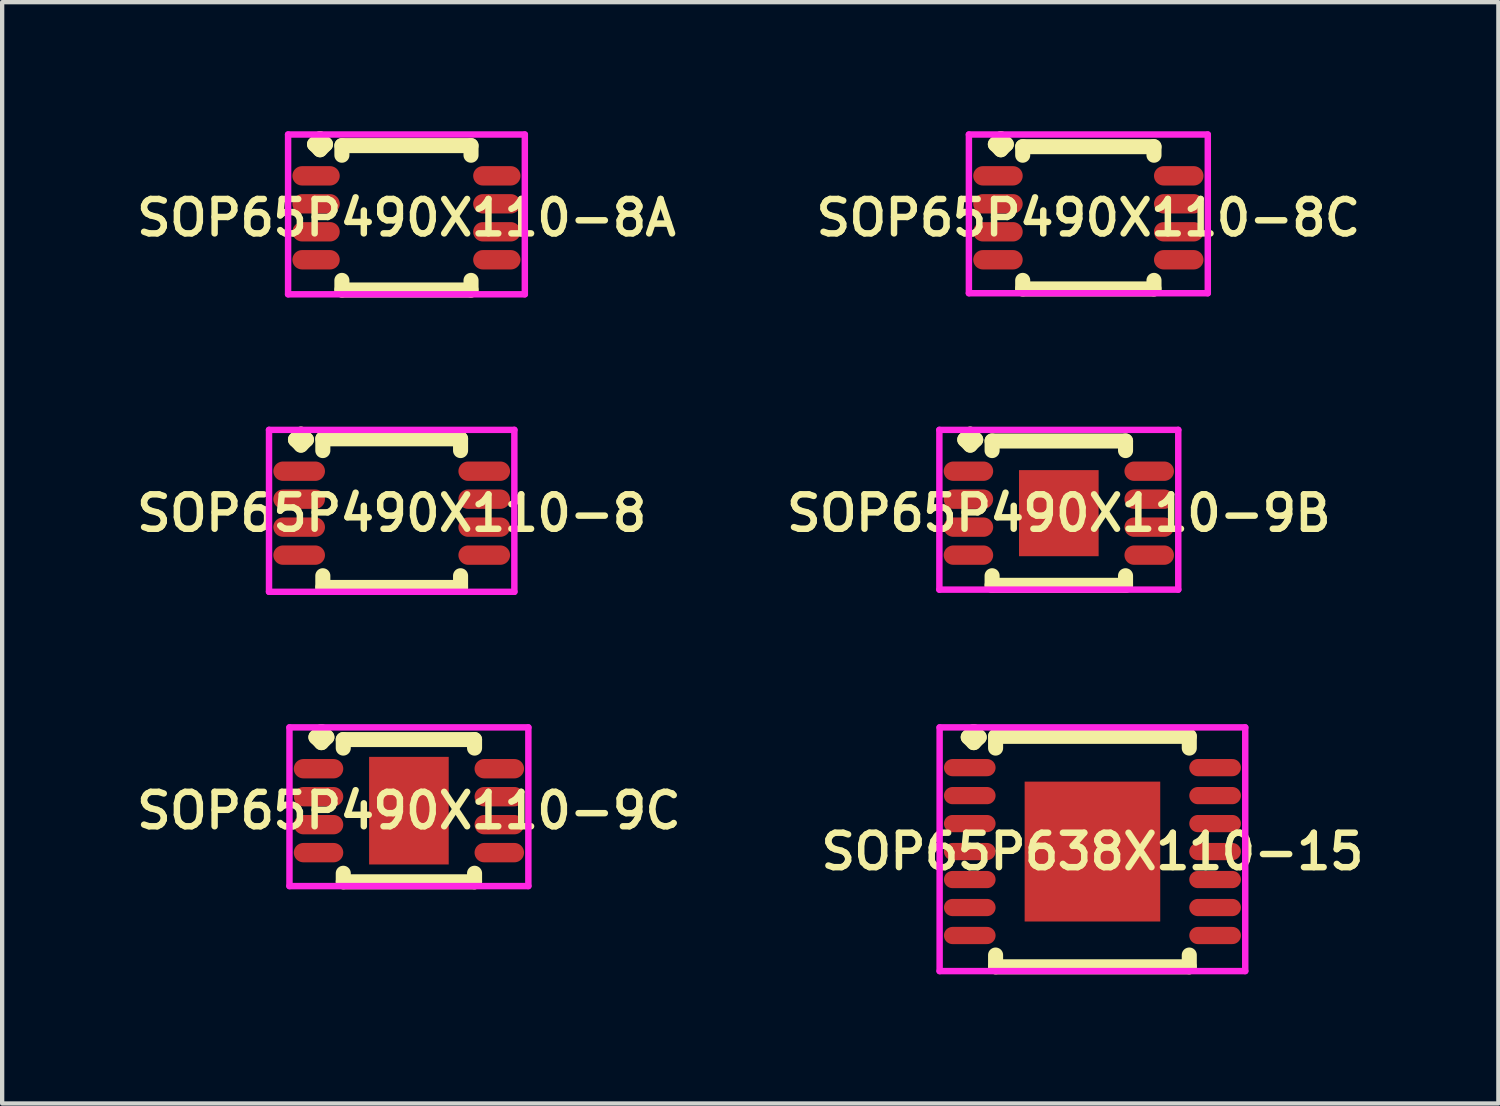
<source format=kicad_pcb>
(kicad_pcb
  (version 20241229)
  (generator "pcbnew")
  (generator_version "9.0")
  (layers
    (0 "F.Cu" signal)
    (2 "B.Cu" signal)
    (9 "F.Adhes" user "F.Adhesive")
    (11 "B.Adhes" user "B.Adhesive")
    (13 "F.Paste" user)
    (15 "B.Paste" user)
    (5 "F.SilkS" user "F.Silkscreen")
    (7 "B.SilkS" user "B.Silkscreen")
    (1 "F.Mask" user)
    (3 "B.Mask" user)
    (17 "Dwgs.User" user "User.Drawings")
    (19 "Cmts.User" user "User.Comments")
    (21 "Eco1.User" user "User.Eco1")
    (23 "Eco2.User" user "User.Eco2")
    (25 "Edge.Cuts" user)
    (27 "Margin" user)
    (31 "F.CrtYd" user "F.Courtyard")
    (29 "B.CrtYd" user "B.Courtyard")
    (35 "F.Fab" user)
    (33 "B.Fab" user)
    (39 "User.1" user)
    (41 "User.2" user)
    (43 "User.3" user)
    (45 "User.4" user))
  (footprint "SOP65P638X110-15"
    (layer "F.Cu")
    (at 22.33 16.734)
    (property "Reference" "SOP65P638X110-15" (at 0 0 0) (layer "F.SilkS") (effects (font (size 0.8 0.8) (thickness 0.15))))
    (attr smd)
    (fp_line (start -2.885 -2.658) (end -2.758 -2.785) (stroke (width 0.35) (type solid)) (layer "F.SilkS"))
    (fp_line (start -2.758 -2.785) (end -2.631 -2.658) (stroke (width 0.35) (type solid)) (layer "F.SilkS"))
    (fp_line (start -2.758 -2.531) (end -2.885 -2.658) (stroke (width 0.35) (type solid)) (layer "F.SilkS"))
    (fp_line (start -2.631 -2.658) (end -2.758 -2.531) (stroke (width 0.35) (type solid)) (layer "F.SilkS"))
    (fp_line (start -2.25 -2.677) (end 2.25 -2.677) (stroke (width 0.35) (type solid)) (layer "F.SilkS"))
    (fp_line (start -2.25 -2.404) (end -2.25 -2.677) (stroke (width 0.35) (type solid)) (layer "F.SilkS"))
    (fp_line (start -2.25 2.404) (end -2.25 2.677) (stroke (width 0.35) (type solid)) (layer "F.SilkS"))
    (fp_line (start -2.25 2.677) (end 2.25 2.677) (stroke (width 0.35) (type solid)) (layer "F.SilkS"))
    (fp_line (start 2.25 -2.677) (end 2.25 -2.404) (stroke (width 0.35) (type solid)) (layer "F.SilkS"))
    (fp_line (start 2.25 2.677) (end 2.25 2.404) (stroke (width 0.35) (type solid)) (layer "F.SilkS"))
    (fp_line (start -3.55 -2.885) (end 3.55 -2.885) (stroke (width 0.15) (type solid)) (layer "F.CrtYd"))
    (fp_line (start -3.55 2.777) (end -3.55 -2.885) (stroke (width 0.15) (type solid)) (layer "F.CrtYd"))
    (fp_line (start 3.55 -2.885) (end 3.55 2.777) (stroke (width 0.15) (type solid)) (layer "F.CrtYd"))
    (fp_line (start 3.55 2.777) (end -3.55 2.777) (stroke (width 0.15) (type solid)) (layer "F.CrtYd"))
    (pad "1" smd oval (at -2.85 -1.95) (size 1.2 0.4) (layers "F.Cu" "F.Mask" "F.Paste"))
    (pad "2" smd oval (at -2.85 -1.3) (size 1.2 0.4) (layers "F.Cu" "F.Mask" "F.Paste"))
    (pad "3" smd oval (at -2.85 -0.65) (size 1.2 0.4) (layers "F.Cu" "F.Mask" "F.Paste"))
    (pad "4" smd oval (at -2.85 0) (size 1.2 0.4) (layers "F.Cu" "F.Mask" "F.Paste"))
    (pad "5" smd oval (at -2.85 0.65) (size 1.2 0.4) (layers "F.Cu" "F.Mask" "F.Paste"))
    (pad "6" smd oval (at -2.85 1.3) (size 1.2 0.4) (layers "F.Cu" "F.Mask" "F.Paste"))
    (pad "7" smd oval (at -2.85 1.95) (size 1.2 0.4) (layers "F.Cu" "F.Mask" "F.Paste"))
    (pad "8" smd oval (at 2.85 1.95) (size 1.2 0.4) (layers "F.Cu" "F.Mask" "F.Paste"))
    (pad "9" smd oval (at 2.85 1.3) (size 1.2 0.4) (layers "F.Cu" "F.Mask" "F.Paste"))
    (pad "10" smd oval (at 2.85 0.65) (size 1.2 0.4) (layers "F.Cu" "F.Mask" "F.Paste"))
    (pad "11" smd oval (at 2.85 0) (size 1.2 0.4) (layers "F.Cu" "F.Mask" "F.Paste"))
    (pad "12" smd oval (at 2.85 -0.65) (size 1.2 0.4) (layers "F.Cu" "F.Mask" "F.Paste"))
    (pad "13" smd oval (at 2.85 -1.3) (size 1.2 0.4) (layers "F.Cu" "F.Mask" "F.Paste"))
    (pad "14" smd oval (at 2.85 -1.95) (size 1.2 0.4) (layers "F.Cu" "F.Mask" "F.Paste"))
    (pad "15" smd rect (at 0 0) (size 3.15 3.25) (layers "F.Cu" "F.Mask" "F.Paste")))
  (footprint "SOP65P490X110-8A"
    (layer "F.Cu")
    (at 6.393 2.01)
    (property "Reference" "SOP65P490X110-8A" (at 0 0 0) (layer "F.SilkS") (effects (font (size 0.8 0.8) (thickness 0.15))))
    (attr smd)
    (fp_line (start -2.135 -1.708) (end -2.008 -1.835) (stroke (width 0.35) (type solid)) (layer "F.SilkS"))
    (fp_line (start -2.008 -1.835) (end -1.881 -1.708) (stroke (width 0.35) (type solid)) (layer "F.SilkS"))
    (fp_line (start -2.008 -1.581) (end -2.135 -1.708) (stroke (width 0.35) (type solid)) (layer "F.SilkS"))
    (fp_line (start -1.881 -1.708) (end -2.008 -1.581) (stroke (width 0.35) (type solid)) (layer "F.SilkS"))
    (fp_line (start -1.5 -1.677) (end 1.5 -1.677) (stroke (width 0.35) (type solid)) (layer "F.SilkS"))
    (fp_line (start -1.5 -1.454) (end -1.5 -1.677) (stroke (width 0.35) (type solid)) (layer "F.SilkS"))
    (fp_line (start -1.5 1.454) (end -1.5 1.677) (stroke (width 0.35) (type solid)) (layer "F.SilkS"))
    (fp_line (start -1.5 1.677) (end 1.5 1.677) (stroke (width 0.35) (type solid)) (layer "F.SilkS"))
    (fp_line (start 1.5 -1.677) (end 1.5 -1.454) (stroke (width 0.35) (type solid)) (layer "F.SilkS"))
    (fp_line (start 1.5 1.677) (end 1.5 1.454) (stroke (width 0.35) (type solid)) (layer "F.SilkS"))
    (fp_line (start -2.75 -1.935) (end 2.75 -1.935) (stroke (width 0.15) (type solid)) (layer "F.CrtYd"))
    (fp_line (start -2.75 1.777) (end -2.75 -1.935) (stroke (width 0.15) (type solid)) (layer "F.CrtYd"))
    (fp_line (start 2.75 -1.935) (end 2.75 1.777) (stroke (width 0.15) (type solid)) (layer "F.CrtYd"))
    (fp_line (start 2.75 1.777) (end -2.75 1.777) (stroke (width 0.15) (type solid)) (layer "F.CrtYd"))
    (pad "1" smd oval (at -2.1 -0.975) (size 1.1 0.45) (layers "F.Cu" "F.Mask" "F.Paste"))
    (pad "2" smd oval (at -2.1 -0.325) (size 1.1 0.45) (layers "F.Cu" "F.Mask" "F.Paste"))
    (pad "3" smd oval (at -2.1 0.325) (size 1.1 0.45) (layers "F.Cu" "F.Mask" "F.Paste"))
    (pad "4" smd oval (at -2.1 0.975) (size 1.1 0.45) (layers "F.Cu" "F.Mask" "F.Paste"))
    (pad "5" smd oval (at 2.1 0.975) (size 1.1 0.45) (layers "F.Cu" "F.Mask" "F.Paste"))
    (pad "6" smd oval (at 2.1 0.325) (size 1.1 0.45) (layers "F.Cu" "F.Mask" "F.Paste"))
    (pad "7" smd oval (at 2.1 -0.325) (size 1.1 0.45) (layers "F.Cu" "F.Mask" "F.Paste"))
    (pad "8" smd oval (at 2.1 -0.975) (size 1.1 0.45) (layers "F.Cu" "F.Mask" "F.Paste")))
  (footprint "SOP65P490X110-8"
    (layer "F.Cu")
    (at 6.05 8.872)
    (property "Reference" "SOP65P490X110-8" (at 0 0 0) (layer "F.SilkS") (effects (font (size 0.8 0.8) (thickness 0.15))))
    (attr smd)
    (fp_line (start -2.235 -1.708) (end -2.108 -1.835) (stroke (width 0.35) (type solid)) (layer "F.SilkS"))
    (fp_line (start -2.108 -1.835) (end -1.981 -1.708) (stroke (width 0.35) (type solid)) (layer "F.SilkS"))
    (fp_line (start -2.108 -1.581) (end -2.235 -1.708) (stroke (width 0.35) (type solid)) (layer "F.SilkS"))
    (fp_line (start -1.981 -1.708) (end -2.108 -1.581) (stroke (width 0.35) (type solid)) (layer "F.SilkS"))
    (fp_line (start -1.6 -1.727) (end 1.6 -1.727) (stroke (width 0.35) (type solid)) (layer "F.SilkS"))
    (fp_line (start -1.6 -1.454) (end -1.6 -1.727) (stroke (width 0.35) (type solid)) (layer "F.SilkS"))
    (fp_line (start -1.6 1.454) (end -1.6 1.727) (stroke (width 0.35) (type solid)) (layer "F.SilkS"))
    (fp_line (start -1.6 1.727) (end 1.6 1.727) (stroke (width 0.35) (type solid)) (layer "F.SilkS"))
    (fp_line (start 1.6 -1.727) (end 1.6 -1.454) (stroke (width 0.35) (type solid)) (layer "F.SilkS"))
    (fp_line (start 1.6 1.727) (end 1.6 1.454) (stroke (width 0.35) (type solid)) (layer "F.SilkS"))
    (fp_line (start -2.85 -1.935) (end 2.85 -1.935) (stroke (width 0.15) (type solid)) (layer "F.CrtYd"))
    (fp_line (start -2.85 1.827) (end -2.85 -1.935) (stroke (width 0.15) (type solid)) (layer "F.CrtYd"))
    (fp_line (start 2.85 -1.935) (end 2.85 1.827) (stroke (width 0.15) (type solid)) (layer "F.CrtYd"))
    (fp_line (start 2.85 1.827) (end -2.85 1.827) (stroke (width 0.15) (type solid)) (layer "F.CrtYd"))
    (pad "1" smd oval (at -2.15 -0.975) (size 1.2 0.45) (layers "F.Cu" "F.Mask" "F.Paste"))
    (pad "2" smd oval (at -2.15 -0.325) (size 1.2 0.45) (layers "F.Cu" "F.Mask" "F.Paste"))
    (pad "3" smd oval (at -2.15 0.325) (size 1.2 0.45) (layers "F.Cu" "F.Mask" "F.Paste"))
    (pad "4" smd oval (at -2.15 0.975) (size 1.2 0.45) (layers "F.Cu" "F.Mask" "F.Paste"))
    (pad "5" smd oval (at 2.15 0.975) (size 1.2 0.45) (layers "F.Cu" "F.Mask" "F.Paste"))
    (pad "6" smd oval (at 2.15 0.325) (size 1.2 0.45) (layers "F.Cu" "F.Mask" "F.Paste"))
    (pad "7" smd oval (at 2.15 -0.325) (size 1.2 0.45) (layers "F.Cu" "F.Mask" "F.Paste"))
    (pad "8" smd oval (at 2.15 -0.975) (size 1.2 0.45) (layers "F.Cu" "F.Mask" "F.Paste")))
  (footprint "SOP65P490X110-9B"
    (layer "F.Cu")
    (at 21.549 8.872)
    (property "Reference" "SOP65P490X110-9B" (at 0 0 0) (layer "F.SilkS") (effects (font (size 0.8 0.8) (thickness 0.15))))
    (attr smd)
    (fp_line (start -2.185 -1.708) (end -2.058 -1.835) (stroke (width 0.35) (type solid)) (layer "F.SilkS"))
    (fp_line (start -2.058 -1.835) (end -1.931 -1.708) (stroke (width 0.35) (type solid)) (layer "F.SilkS"))
    (fp_line (start -2.058 -1.581) (end -2.185 -1.708) (stroke (width 0.35) (type solid)) (layer "F.SilkS"))
    (fp_line (start -1.931 -1.708) (end -2.058 -1.581) (stroke (width 0.35) (type solid)) (layer "F.SilkS"))
    (fp_line (start -1.55 -1.677) (end 1.55 -1.677) (stroke (width 0.35) (type solid)) (layer "F.SilkS"))
    (fp_line (start -1.55 -1.454) (end -1.55 -1.677) (stroke (width 0.35) (type solid)) (layer "F.SilkS"))
    (fp_line (start -1.55 1.454) (end -1.55 1.677) (stroke (width 0.35) (type solid)) (layer "F.SilkS"))
    (fp_line (start -1.55 1.677) (end 1.55 1.677) (stroke (width 0.35) (type solid)) (layer "F.SilkS"))
    (fp_line (start 1.55 -1.677) (end 1.55 -1.454) (stroke (width 0.35) (type solid)) (layer "F.SilkS"))
    (fp_line (start 1.55 1.677) (end 1.55 1.454) (stroke (width 0.35) (type solid)) (layer "F.SilkS"))
    (fp_line (start -2.775 -1.935) (end 2.775 -1.935) (stroke (width 0.15) (type solid)) (layer "F.CrtYd"))
    (fp_line (start -2.775 1.777) (end -2.775 -1.935) (stroke (width 0.15) (type solid)) (layer "F.CrtYd"))
    (fp_line (start 2.775 -1.935) (end 2.775 1.777) (stroke (width 0.15) (type solid)) (layer "F.CrtYd"))
    (fp_line (start 2.775 1.777) (end -2.775 1.777) (stroke (width 0.15) (type solid)) (layer "F.CrtYd"))
    (pad "1" smd oval (at -2.1 -0.975) (size 1.15 0.45) (layers "F.Cu" "F.Mask" "F.Paste"))
    (pad "2" smd oval (at -2.1 -0.325) (size 1.15 0.45) (layers "F.Cu" "F.Mask" "F.Paste"))
    (pad "3" smd oval (at -2.1 0.325) (size 1.15 0.45) (layers "F.Cu" "F.Mask" "F.Paste"))
    (pad "4" smd oval (at -2.1 0.975) (size 1.15 0.45) (layers "F.Cu" "F.Mask" "F.Paste"))
    (pad "5" smd oval (at 2.1 0.975) (size 1.15 0.45) (layers "F.Cu" "F.Mask" "F.Paste"))
    (pad "6" smd oval (at 2.1 0.325) (size 1.15 0.45) (layers "F.Cu" "F.Mask" "F.Paste"))
    (pad "7" smd oval (at 2.1 -0.325) (size 1.15 0.45) (layers "F.Cu" "F.Mask" "F.Paste"))
    (pad "8" smd oval (at 2.1 -0.975) (size 1.15 0.45) (layers "F.Cu" "F.Mask" "F.Paste"))
    (pad "9" smd rect (at 0 0) (size 1.85 2) (layers "F.Cu" "F.Mask" "F.Paste")))
  (footprint "SOP65P490X110-8C"
    (layer "F.Cu")
    (at 22.235 2.01)
    (property "Reference" "SOP65P490X110-8C" (at 0 0 0) (layer "F.SilkS") (effects (font (size 0.8 0.8) (thickness 0.15))))
    (attr smd)
    (fp_line (start -2.16 -1.708) (end -2.033 -1.835) (stroke (width 0.35) (type solid)) (layer "F.SilkS"))
    (fp_line (start -2.033 -1.835) (end -1.906 -1.708) (stroke (width 0.35) (type solid)) (layer "F.SilkS"))
    (fp_line (start -2.033 -1.581) (end -2.16 -1.708) (stroke (width 0.35) (type solid)) (layer "F.SilkS"))
    (fp_line (start -1.906 -1.708) (end -2.033 -1.581) (stroke (width 0.35) (type solid)) (layer "F.SilkS"))
    (fp_line (start -1.525 -1.652) (end 1.525 -1.652) (stroke (width 0.35) (type solid)) (layer "F.SilkS"))
    (fp_line (start -1.525 -1.454) (end -1.525 -1.652) (stroke (width 0.35) (type solid)) (layer "F.SilkS"))
    (fp_line (start -1.525 1.454) (end -1.525 1.652) (stroke (width 0.35) (type solid)) (layer "F.SilkS"))
    (fp_line (start -1.525 1.652) (end 1.525 1.652) (stroke (width 0.35) (type solid)) (layer "F.SilkS"))
    (fp_line (start 1.525 -1.652) (end 1.525 -1.454) (stroke (width 0.35) (type solid)) (layer "F.SilkS"))
    (fp_line (start 1.525 1.652) (end 1.525 1.454) (stroke (width 0.35) (type solid)) (layer "F.SilkS"))
    (fp_line (start -2.775 -1.935) (end 2.775 -1.935) (stroke (width 0.15) (type solid)) (layer "F.CrtYd"))
    (fp_line (start -2.775 1.752) (end -2.775 -1.935) (stroke (width 0.15) (type solid)) (layer "F.CrtYd"))
    (fp_line (start 2.775 -1.935) (end 2.775 1.752) (stroke (width 0.15) (type solid)) (layer "F.CrtYd"))
    (fp_line (start 2.775 1.752) (end -2.775 1.752) (stroke (width 0.15) (type solid)) (layer "F.CrtYd"))
    (pad "1" smd oval (at -2.1 -0.975) (size 1.15 0.45) (layers "F.Cu" "F.Mask" "F.Paste"))
    (pad "2" smd oval (at -2.1 -0.325) (size 1.15 0.45) (layers "F.Cu" "F.Mask" "F.Paste"))
    (pad "3" smd oval (at -2.1 0.325) (size 1.15 0.45) (layers "F.Cu" "F.Mask" "F.Paste"))
    (pad "4" smd oval (at -2.1 0.975) (size 1.15 0.45) (layers "F.Cu" "F.Mask" "F.Paste"))
    (pad "5" smd oval (at 2.1 0.975) (size 1.15 0.45) (layers "F.Cu" "F.Mask" "F.Paste"))
    (pad "6" smd oval (at 2.1 0.325) (size 1.15 0.45) (layers "F.Cu" "F.Mask" "F.Paste"))
    (pad "7" smd oval (at 2.1 -0.325) (size 1.15 0.45) (layers "F.Cu" "F.Mask" "F.Paste"))
    (pad "8" smd oval (at 2.1 -0.975) (size 1.15 0.45) (layers "F.Cu" "F.Mask" "F.Paste")))
  (footprint "SOP65P490X110-9C"
    (layer "F.Cu")
    (at 6.45 15.784)
    (property "Reference" "SOP65P490X110-9C" (at 0 0 0) (layer "F.SilkS") (effects (font (size 0.8 0.8) (thickness 0.15))))
    (attr smd)
    (fp_line (start -2.16 -1.708) (end -2.033 -1.835) (stroke (width 0.35) (type solid)) (layer "F.SilkS"))
    (fp_line (start -2.033 -1.835) (end -1.906 -1.708) (stroke (width 0.35) (type solid)) (layer "F.SilkS"))
    (fp_line (start -2.033 -1.581) (end -2.16 -1.708) (stroke (width 0.35) (type solid)) (layer "F.SilkS"))
    (fp_line (start -1.906 -1.708) (end -2.033 -1.581) (stroke (width 0.35) (type solid)) (layer "F.SilkS"))
    (fp_line (start -1.525 -1.652) (end 1.525 -1.652) (stroke (width 0.35) (type solid)) (layer "F.SilkS"))
    (fp_line (start -1.525 -1.454) (end -1.525 -1.652) (stroke (width 0.35) (type solid)) (layer "F.SilkS"))
    (fp_line (start -1.525 1.454) (end -1.525 1.652) (stroke (width 0.35) (type solid)) (layer "F.SilkS"))
    (fp_line (start -1.525 1.652) (end 1.525 1.652) (stroke (width 0.35) (type solid)) (layer "F.SilkS"))
    (fp_line (start 1.525 -1.652) (end 1.525 -1.454) (stroke (width 0.35) (type solid)) (layer "F.SilkS"))
    (fp_line (start 1.525 1.652) (end 1.525 1.454) (stroke (width 0.35) (type solid)) (layer "F.SilkS"))
    (fp_line (start -2.775 -1.935) (end 2.775 -1.935) (stroke (width 0.15) (type solid)) (layer "F.CrtYd"))
    (fp_line (start -2.775 1.752) (end -2.775 -1.935) (stroke (width 0.15) (type solid)) (layer "F.CrtYd"))
    (fp_line (start 2.775 -1.935) (end 2.775 1.752) (stroke (width 0.15) (type solid)) (layer "F.CrtYd"))
    (fp_line (start 2.775 1.752) (end -2.775 1.752) (stroke (width 0.15) (type solid)) (layer "F.CrtYd"))
    (pad "1" smd oval (at -2.1 -0.975) (size 1.15 0.45) (layers "F.Cu" "F.Mask" "F.Paste"))
    (pad "2" smd oval (at -2.1 -0.325) (size 1.15 0.45) (layers "F.Cu" "F.Mask" "F.Paste"))
    (pad "3" smd oval (at -2.1 0.325) (size 1.15 0.45) (layers "F.Cu" "F.Mask" "F.Paste"))
    (pad "4" smd oval (at -2.1 0.975) (size 1.15 0.45) (layers "F.Cu" "F.Mask" "F.Paste"))
    (pad "5" smd oval (at 2.1 0.975) (size 1.15 0.45) (layers "F.Cu" "F.Mask" "F.Paste"))
    (pad "6" smd oval (at 2.1 0.325) (size 1.15 0.45) (layers "F.Cu" "F.Mask" "F.Paste"))
    (pad "7" smd oval (at 2.1 -0.325) (size 1.15 0.45) (layers "F.Cu" "F.Mask" "F.Paste"))
    (pad "8" smd oval (at 2.1 -0.975) (size 1.15 0.45) (layers "F.Cu" "F.Mask" "F.Paste"))
    (pad "9" smd rect (at 0 0) (size 1.85 2.5) (layers "F.Cu" "F.Mask" "F.Paste")))
  (gr_rect
    (start -3 -3)
    (end 31.761 22.586)
    (stroke (width 0.1) (type default))
    (fill no)
    (layer "Edge.Cuts")))
</source>
